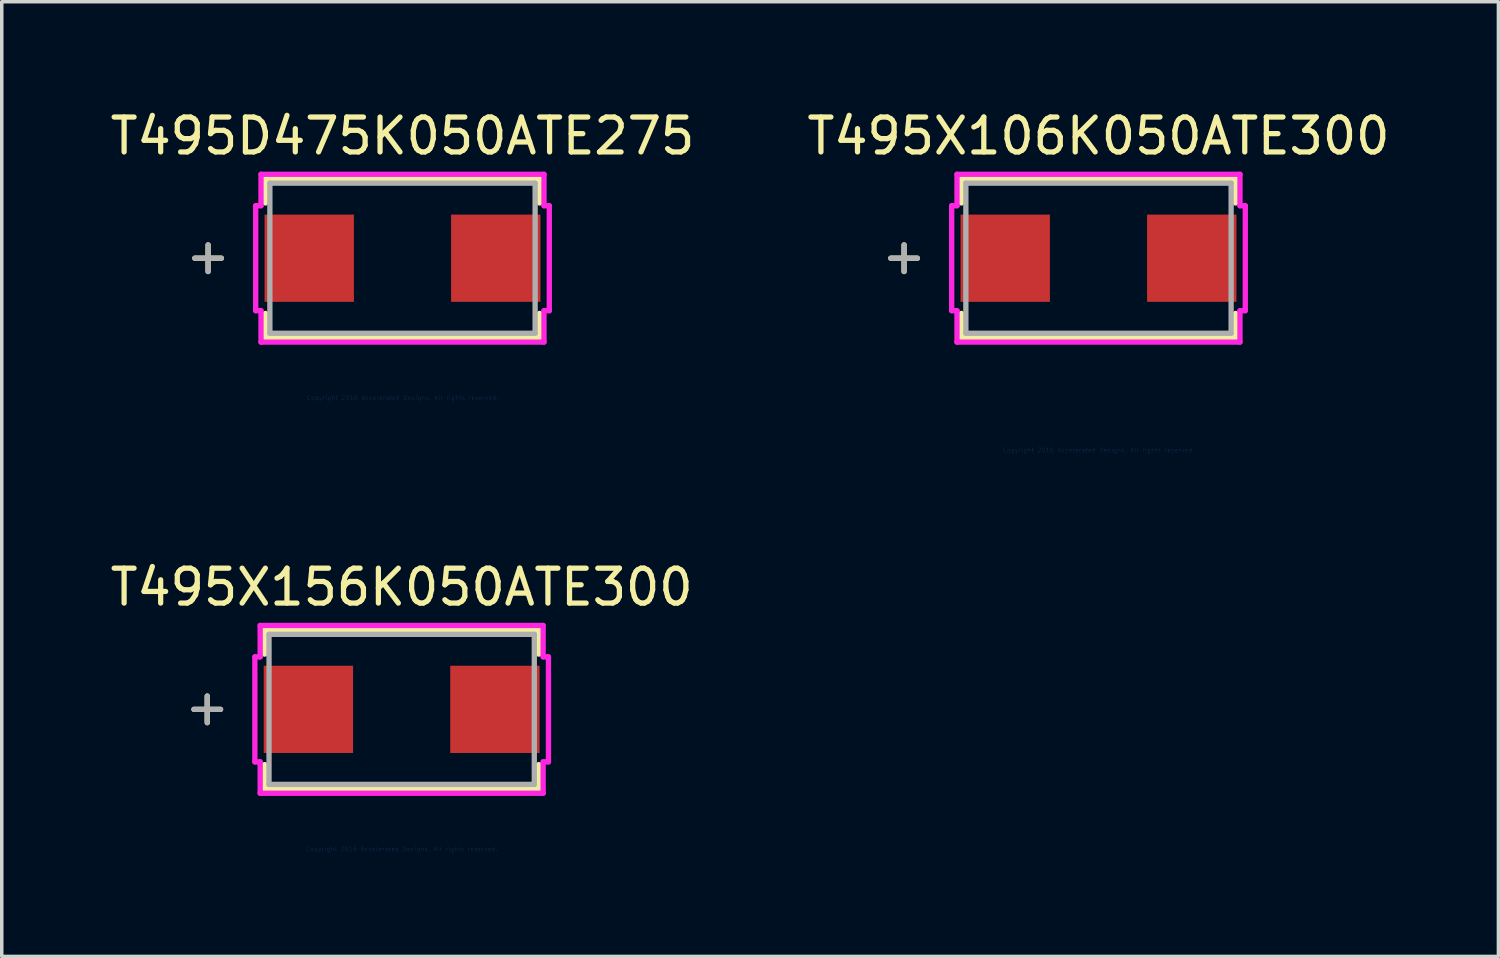
<source format=kicad_pcb>
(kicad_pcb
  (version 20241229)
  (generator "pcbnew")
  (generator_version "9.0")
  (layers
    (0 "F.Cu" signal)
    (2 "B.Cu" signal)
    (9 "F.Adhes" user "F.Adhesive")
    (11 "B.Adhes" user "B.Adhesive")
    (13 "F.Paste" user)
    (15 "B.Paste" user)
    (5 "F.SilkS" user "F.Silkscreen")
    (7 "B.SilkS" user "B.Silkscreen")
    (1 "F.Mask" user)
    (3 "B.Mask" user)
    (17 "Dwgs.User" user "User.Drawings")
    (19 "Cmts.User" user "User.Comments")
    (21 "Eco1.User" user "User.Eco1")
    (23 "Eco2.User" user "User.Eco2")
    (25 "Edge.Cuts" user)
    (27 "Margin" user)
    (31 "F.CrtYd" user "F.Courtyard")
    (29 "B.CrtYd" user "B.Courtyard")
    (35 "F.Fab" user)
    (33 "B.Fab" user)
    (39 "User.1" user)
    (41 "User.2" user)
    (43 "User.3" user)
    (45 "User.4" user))
  (footprint "T495D475K050ATE275"
    (layer "F.Cu")
    (at 8.482 4.348)
    (property "Reference" "T495D475K050ATE275" (at 0 -3.5 0) (layer "F.SilkS") (effects (font (size 1 1) (thickness 0.15))))
    (attr through_hole)
    (fp_line (start -5.57 -0.381) (end -5.57 0.381) (stroke (width 0.152) (type solid)) (layer "F.SilkS"))
    (fp_line (start -5.189 0) (end -5.951 0) (stroke (width 0.152) (type solid)) (layer "F.SilkS"))
    (fp_line (start -3.927 -2.277) (end -3.927 -1.583) (stroke (width 0.152) (type solid)) (layer "F.SilkS"))
    (fp_line (start -3.927 1.583) (end -3.927 2.277) (stroke (width 0.152) (type solid)) (layer "F.SilkS"))
    (fp_line (start -3.927 2.277) (end 3.927 2.277) (stroke (width 0.152) (type solid)) (layer "F.SilkS"))
    (fp_line (start 3.927 -2.277) (end -3.927 -2.277) (stroke (width 0.152) (type solid)) (layer "F.SilkS"))
    (fp_line (start 3.927 -1.583) (end 3.927 -2.277) (stroke (width 0.152) (type solid)) (layer "F.SilkS"))
    (fp_line (start 3.927 2.277) (end 3.927 1.583) (stroke (width 0.152) (type solid)) (layer "F.SilkS"))
    (fp_line (start -4.206 -1.504) (end -4.054 -1.504) (stroke (width 0.152) (type solid)) (layer "F.CrtYd"))
    (fp_line (start -4.206 1.504) (end -4.206 -1.504) (stroke (width 0.152) (type solid)) (layer "F.CrtYd"))
    (fp_line (start -4.054 -2.404) (end 4.054 -2.404) (stroke (width 0.152) (type solid)) (layer "F.CrtYd"))
    (fp_line (start -4.054 -1.504) (end -4.054 -2.404) (stroke (width 0.152) (type solid)) (layer "F.CrtYd"))
    (fp_line (start -4.054 1.504) (end -4.206 1.504) (stroke (width 0.152) (type solid)) (layer "F.CrtYd"))
    (fp_line (start -4.054 2.404) (end -4.054 1.504) (stroke (width 0.152) (type solid)) (layer "F.CrtYd"))
    (fp_line (start 4.054 -2.404) (end 4.054 -1.504) (stroke (width 0.152) (type solid)) (layer "F.CrtYd"))
    (fp_line (start 4.054 -1.504) (end 4.206 -1.504) (stroke (width 0.152) (type solid)) (layer "F.CrtYd"))
    (fp_line (start 4.054 1.504) (end 4.054 2.404) (stroke (width 0.152) (type solid)) (layer "F.CrtYd"))
    (fp_line (start 4.054 2.404) (end -4.054 2.404) (stroke (width 0.152) (type solid)) (layer "F.CrtYd"))
    (fp_line (start 4.206 -1.504) (end 4.206 1.504) (stroke (width 0.152) (type solid)) (layer "F.CrtYd"))
    (fp_line (start 4.206 1.504) (end 4.054 1.504) (stroke (width 0.152) (type solid)) (layer "F.CrtYd"))
    (fp_line (start -5.57 -0.381) (end -5.57 0.381) (stroke (width 0.152) (type solid)) (layer "F.Fab"))
    (fp_line (start -5.189 0) (end -5.951 0) (stroke (width 0.152) (type solid)) (layer "F.Fab"))
    (fp_line (start -3.8 -2.15) (end -3.8 2.15) (stroke (width 0.152) (type solid)) (layer "F.Fab"))
    (fp_line (start -3.8 2.15) (end 3.8 2.15) (stroke (width 0.152) (type solid)) (layer "F.Fab"))
    (fp_line (start 3.8 -2.15) (end -3.8 -2.15) (stroke (width 0.152) (type solid)) (layer "F.Fab"))
    (fp_line (start 3.8 2.15) (end 3.8 -2.15) (stroke (width 0.152) (type solid)) (layer "F.Fab"))
    (fp_text user "Copyright 2016 Accelerated Designs. All rights reserved." (at 0 4 0) (layer "Cmts.User") (effects (font (size 0.127 0.127) (thickness 0.002))))
    (pad "1" smd rect (at -2.672 0 90) (size 2.5 2.56) (layers "F.Cu" "F.Mask" "F.Paste"))
    (pad "2" smd rect (at 2.672 0 90) (size 2.5 2.56) (layers "F.Cu" "F.Mask" "F.Paste")))
  (footprint "T495X106K050ATE300"
    (layer "F.Cu")
    (at 28.423 4.348)
    (property "Reference" "T495X106K050ATE300" (at 0 -3.5 0) (layer "F.SilkS") (effects (font (size 1 1) (thickness 0.15))))
    (attr through_hole)
    (fp_line (start -5.57 -0.381) (end -5.57 0.381) (stroke (width 0.152) (type solid)) (layer "F.SilkS"))
    (fp_line (start -5.189 0) (end -5.951 0) (stroke (width 0.152) (type solid)) (layer "F.SilkS"))
    (fp_line (start -3.927 -2.277) (end -3.927 -1.583) (stroke (width 0.152) (type solid)) (layer "F.SilkS"))
    (fp_line (start -3.927 1.583) (end -3.927 2.277) (stroke (width 0.152) (type solid)) (layer "F.SilkS"))
    (fp_line (start -3.927 2.277) (end 3.927 2.277) (stroke (width 0.152) (type solid)) (layer "F.SilkS"))
    (fp_line (start 3.927 -2.277) (end -3.927 -2.277) (stroke (width 0.152) (type solid)) (layer "F.SilkS"))
    (fp_line (start 3.927 -1.583) (end 3.927 -2.277) (stroke (width 0.152) (type solid)) (layer "F.SilkS"))
    (fp_line (start 3.927 2.277) (end 3.927 1.583) (stroke (width 0.152) (type solid)) (layer "F.SilkS"))
    (fp_line (start -4.206 -1.504) (end -4.054 -1.504) (stroke (width 0.152) (type solid)) (layer "F.CrtYd"))
    (fp_line (start -4.206 1.504) (end -4.206 -1.504) (stroke (width 0.152) (type solid)) (layer "F.CrtYd"))
    (fp_line (start -4.054 -2.404) (end 4.054 -2.404) (stroke (width 0.152) (type solid)) (layer "F.CrtYd"))
    (fp_line (start -4.054 -1.504) (end -4.054 -2.404) (stroke (width 0.152) (type solid)) (layer "F.CrtYd"))
    (fp_line (start -4.054 1.504) (end -4.206 1.504) (stroke (width 0.152) (type solid)) (layer "F.CrtYd"))
    (fp_line (start -4.054 2.404) (end -4.054 1.504) (stroke (width 0.152) (type solid)) (layer "F.CrtYd"))
    (fp_line (start 4.054 -2.404) (end 4.054 -1.504) (stroke (width 0.152) (type solid)) (layer "F.CrtYd"))
    (fp_line (start 4.054 -1.504) (end 4.206 -1.504) (stroke (width 0.152) (type solid)) (layer "F.CrtYd"))
    (fp_line (start 4.054 1.504) (end 4.054 2.404) (stroke (width 0.152) (type solid)) (layer "F.CrtYd"))
    (fp_line (start 4.054 2.404) (end -4.054 2.404) (stroke (width 0.152) (type solid)) (layer "F.CrtYd"))
    (fp_line (start 4.206 -1.504) (end 4.206 1.504) (stroke (width 0.152) (type solid)) (layer "F.CrtYd"))
    (fp_line (start 4.206 1.504) (end 4.054 1.504) (stroke (width 0.152) (type solid)) (layer "F.CrtYd"))
    (fp_line (start -5.57 -0.381) (end -5.57 0.381) (stroke (width 0.152) (type solid)) (layer "F.Fab"))
    (fp_line (start -5.189 0) (end -5.951 0) (stroke (width 0.152) (type solid)) (layer "F.Fab"))
    (fp_line (start -3.8 -2.15) (end -3.8 2.15) (stroke (width 0.152) (type solid)) (layer "F.Fab"))
    (fp_line (start -3.8 2.15) (end 3.8 2.15) (stroke (width 0.152) (type solid)) (layer "F.Fab"))
    (fp_line (start 3.8 -2.15) (end -3.8 -2.15) (stroke (width 0.152) (type solid)) (layer "F.Fab"))
    (fp_line (start 3.8 2.15) (end 3.8 -2.15) (stroke (width 0.152) (type solid)) (layer "F.Fab"))
    (fp_text user "Copyright 2016 Accelerated Designs. All rights reserved." (at 0 5.5 0) (layer "Cmts.User") (effects (font (size 0.127 0.127) (thickness 0.002))))
    (pad "1" smd rect (at -2.672 0 90) (size 2.5 2.56) (layers "F.Cu" "F.Mask" "F.Paste"))
    (pad "2" smd rect (at 2.672 0 90) (size 2.5 2.56) (layers "F.Cu" "F.Mask" "F.Paste")))
  (footprint "T495X156K050ATE300"
    (layer "F.Cu")
    (at 8.458 17.274)
    (property "Reference" "T495X156K050ATE300" (at 0 -3.5 0) (layer "F.SilkS") (effects (font (size 1 1) (thickness 0.15))))
    (attr through_hole)
    (fp_line (start -5.57 -0.381) (end -5.57 0.381) (stroke (width 0.152) (type solid)) (layer "F.SilkS"))
    (fp_line (start -5.189 0) (end -5.951 0) (stroke (width 0.152) (type solid)) (layer "F.SilkS"))
    (fp_line (start -3.927 -2.277) (end -3.927 -1.583) (stroke (width 0.152) (type solid)) (layer "F.SilkS"))
    (fp_line (start -3.927 1.583) (end -3.927 2.277) (stroke (width 0.152) (type solid)) (layer "F.SilkS"))
    (fp_line (start -3.927 2.277) (end 3.927 2.277) (stroke (width 0.152) (type solid)) (layer "F.SilkS"))
    (fp_line (start 3.927 -2.277) (end -3.927 -2.277) (stroke (width 0.152) (type solid)) (layer "F.SilkS"))
    (fp_line (start 3.927 -1.583) (end 3.927 -2.277) (stroke (width 0.152) (type solid)) (layer "F.SilkS"))
    (fp_line (start 3.927 2.277) (end 3.927 1.583) (stroke (width 0.152) (type solid)) (layer "F.SilkS"))
    (fp_line (start -4.206 -1.504) (end -4.054 -1.504) (stroke (width 0.152) (type solid)) (layer "F.CrtYd"))
    (fp_line (start -4.206 1.504) (end -4.206 -1.504) (stroke (width 0.152) (type solid)) (layer "F.CrtYd"))
    (fp_line (start -4.054 -2.404) (end 4.054 -2.404) (stroke (width 0.152) (type solid)) (layer "F.CrtYd"))
    (fp_line (start -4.054 -1.504) (end -4.054 -2.404) (stroke (width 0.152) (type solid)) (layer "F.CrtYd"))
    (fp_line (start -4.054 1.504) (end -4.206 1.504) (stroke (width 0.152) (type solid)) (layer "F.CrtYd"))
    (fp_line (start -4.054 2.404) (end -4.054 1.504) (stroke (width 0.152) (type solid)) (layer "F.CrtYd"))
    (fp_line (start 4.054 -2.404) (end 4.054 -1.504) (stroke (width 0.152) (type solid)) (layer "F.CrtYd"))
    (fp_line (start 4.054 -1.504) (end 4.206 -1.504) (stroke (width 0.152) (type solid)) (layer "F.CrtYd"))
    (fp_line (start 4.054 1.504) (end 4.054 2.404) (stroke (width 0.152) (type solid)) (layer "F.CrtYd"))
    (fp_line (start 4.054 2.404) (end -4.054 2.404) (stroke (width 0.152) (type solid)) (layer "F.CrtYd"))
    (fp_line (start 4.206 -1.504) (end 4.206 1.504) (stroke (width 0.152) (type solid)) (layer "F.CrtYd"))
    (fp_line (start 4.206 1.504) (end 4.054 1.504) (stroke (width 0.152) (type solid)) (layer "F.CrtYd"))
    (fp_line (start -5.57 -0.381) (end -5.57 0.381) (stroke (width 0.152) (type solid)) (layer "F.Fab"))
    (fp_line (start -5.189 0) (end -5.951 0) (stroke (width 0.152) (type solid)) (layer "F.Fab"))
    (fp_line (start -3.8 -2.15) (end -3.8 2.15) (stroke (width 0.152) (type solid)) (layer "F.Fab"))
    (fp_line (start -3.8 2.15) (end 3.8 2.15) (stroke (width 0.152) (type solid)) (layer "F.Fab"))
    (fp_line (start 3.8 -2.15) (end -3.8 -2.15) (stroke (width 0.152) (type solid)) (layer "F.Fab"))
    (fp_line (start 3.8 2.15) (end 3.8 -2.15) (stroke (width 0.152) (type solid)) (layer "F.Fab"))
    (fp_text user "Copyright 2016 Accelerated Designs. All rights reserved." (at 0 4 0) (layer "Cmts.User") (effects (font (size 0.127 0.127) (thickness 0.002))))
    (pad "1" smd rect (at -2.672 0 90) (size 2.5 2.56) (layers "F.Cu" "F.Mask" "F.Paste"))
    (pad "2" smd rect (at 2.672 0 90) (size 2.5 2.56) (layers "F.Cu" "F.Mask" "F.Paste")))
  (gr_rect
    (start -3 -3)
    (end 39.881 24.352)
    (stroke (width 0.1) (type default))
    (fill no)
    (layer "Edge.Cuts")))
</source>
